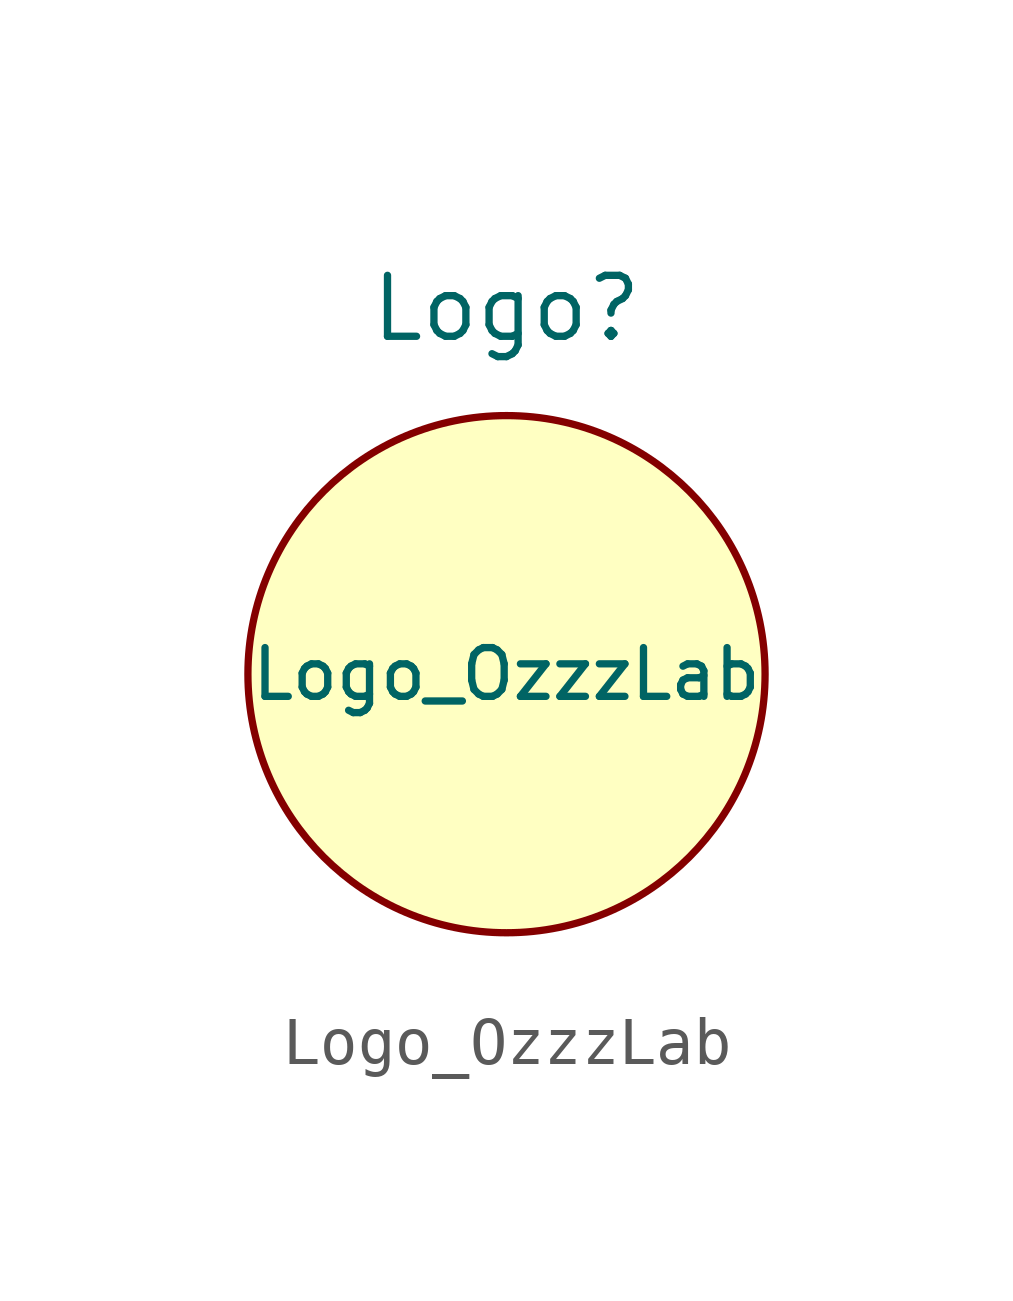
<source format=kicad_sym>
(kicad_symbol_lib
  (version 20211014)
  (generator kicad_symbol_editor)
  (symbol "Logo_OzzzLab"
    (pin_numbers hide)
    (pin_names
      (offset 0) hide)
    (property "Reference" "Logo"
      (at 0 7.62 0)
      (effects (font (size 1.27 1.27))))
    (property "Value" "Logo_OzzzLab"
      (at 0 0 0)
      (effects (font (size 1.016 1.016))))
    (symbol "Logo_OzzzLab_0_1"
      (circle (center 0 0) (radius 5.388) (stroke (width 0.152) (type default) (color 0 0 0 0)) (fill (type background))))))
</source>
